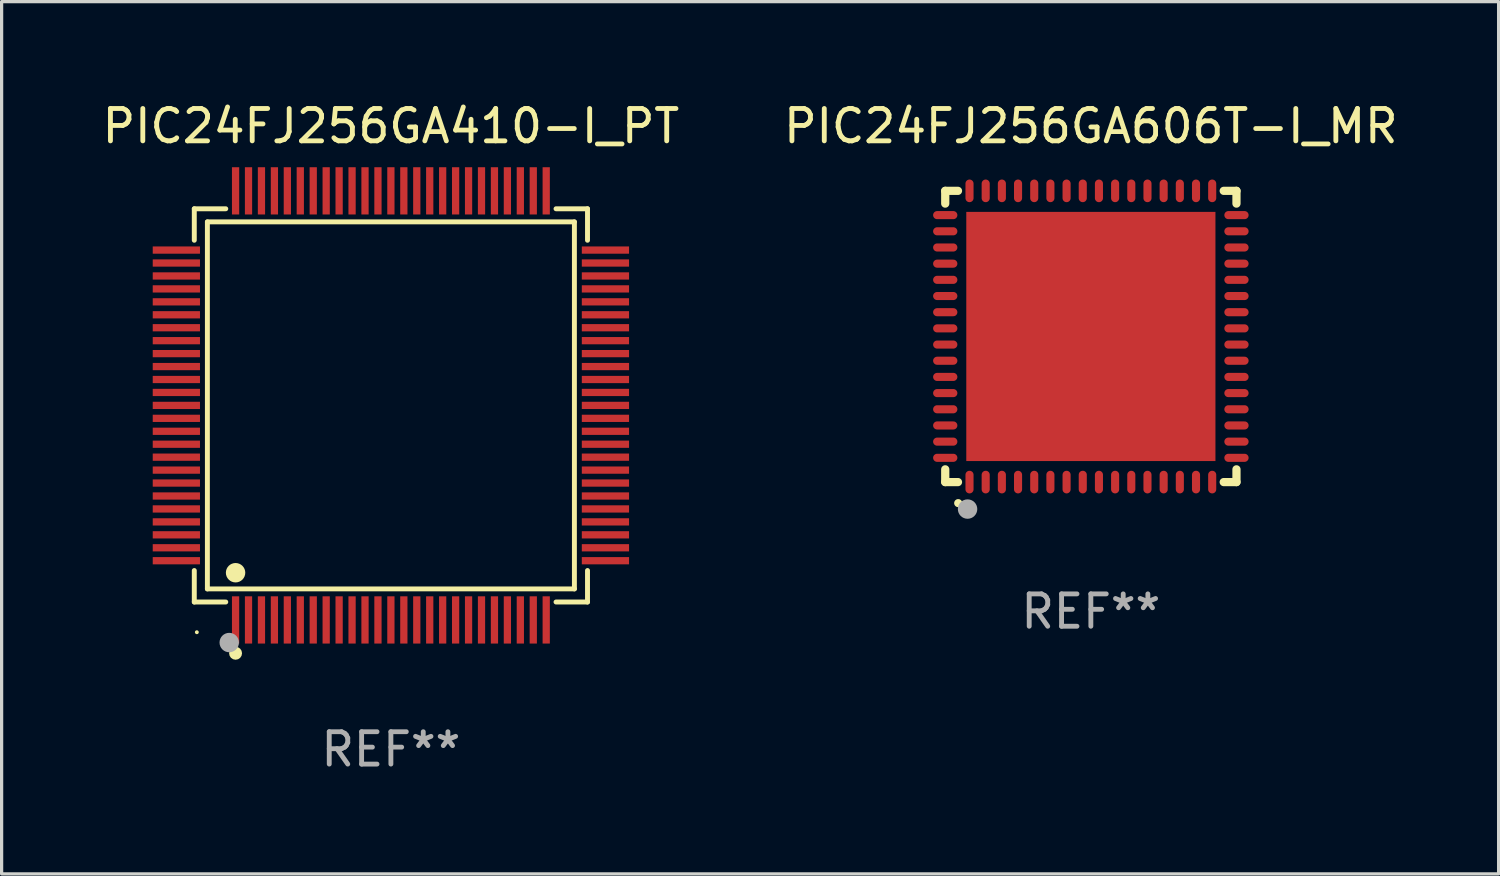
<source format=kicad_pcb>
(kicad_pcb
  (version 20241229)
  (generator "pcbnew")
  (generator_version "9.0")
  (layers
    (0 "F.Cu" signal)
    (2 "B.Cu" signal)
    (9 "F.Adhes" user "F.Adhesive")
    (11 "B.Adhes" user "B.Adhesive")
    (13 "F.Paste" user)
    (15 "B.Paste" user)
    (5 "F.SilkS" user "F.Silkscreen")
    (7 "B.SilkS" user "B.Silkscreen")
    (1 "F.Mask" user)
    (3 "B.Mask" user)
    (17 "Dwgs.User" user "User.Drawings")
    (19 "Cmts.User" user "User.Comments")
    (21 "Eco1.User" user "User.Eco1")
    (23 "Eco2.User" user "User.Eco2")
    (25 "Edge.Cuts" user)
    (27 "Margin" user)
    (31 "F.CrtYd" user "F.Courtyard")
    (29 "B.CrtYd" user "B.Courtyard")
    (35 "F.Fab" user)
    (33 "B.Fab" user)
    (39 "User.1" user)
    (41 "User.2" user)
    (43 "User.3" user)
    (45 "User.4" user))
  (footprint "PIC24FJ256GA606T-I_MR"
    (layer "F.Cu")
    (at 30.661 7.348)
    (property "Reference" "PIC24FJ256GA606T-I_MR" (at 0 -6.5 0) (layer "F.SilkS") (effects (font (size 1 1) (thickness 0.15))))
    (attr through_hole)
    (fp_line (start -4.5 -4.5) (end -4.106 -4.5) (stroke (width 0.254) (type solid)) (layer "F.SilkS"))
    (fp_line (start -4.5 -4.106) (end -4.5 -4.5) (stroke (width 0.254) (type solid)) (layer "F.SilkS"))
    (fp_line (start -4.5 4.5) (end -4.5 4.106) (stroke (width 0.254) (type solid)) (layer "F.SilkS"))
    (fp_line (start -4.106 4.5) (end -4.5 4.5) (stroke (width 0.254) (type solid)) (layer "F.SilkS"))
    (fp_line (start 4.106 -4.5) (end 4.5 -4.5) (stroke (width 0.254) (type solid)) (layer "F.SilkS"))
    (fp_line (start 4.5 -4.5) (end 4.5 -4.106) (stroke (width 0.254) (type solid)) (layer "F.SilkS"))
    (fp_line (start 4.5 4.106) (end 4.5 4.5) (stroke (width 0.254) (type solid)) (layer "F.SilkS"))
    (fp_line (start 4.5 4.5) (end 4.106 4.5) (stroke (width 0.254) (type solid)) (layer "F.SilkS"))
    (fp_arc (start -4.099987 5.149898) (mid -4.098717 5.149892) (end -4.097447 5.149898) (stroke (width 0.24892) (type solid)) (layer "F.SilkS"))
    (fp_circle (center -4.5 4.5) (end -4.47 4.5) (stroke (width 0.06) (type solid)) (fill no) (layer "F.SilkS"))
    (fp_circle (center -3.81 5.334) (end -3.66 5.334) (stroke (width 0.3) (type solid)) (fill no) (layer "F.Fab"))
    (fp_text user "REF**" (at 0 8.5 0) (layer "F.Fab") (effects (font (size 1 1) (thickness 0.15))))
    (pad "1" smd oval (at -3.75 4.5) (size 0.25 0.7) (layers "F.Cu" "F.Mask" "F.Paste"))
    (pad "2" smd oval (at -3.25 4.5) (size 0.25 0.7) (layers "F.Cu" "F.Mask" "F.Paste"))
    (pad "3" smd oval (at -2.75 4.5) (size 0.25 0.7) (layers "F.Cu" "F.Mask" "F.Paste"))
    (pad "4" smd oval (at -2.25 4.5) (size 0.25 0.7) (layers "F.Cu" "F.Mask" "F.Paste"))
    (pad "5" smd oval (at -1.75 4.5) (size 0.25 0.7) (layers "F.Cu" "F.Mask" "F.Paste"))
    (pad "6" smd oval (at -1.25 4.5) (size 0.25 0.7) (layers "F.Cu" "F.Mask" "F.Paste"))
    (pad "7" smd oval (at -0.75 4.5) (size 0.25 0.7) (layers "F.Cu" "F.Mask" "F.Paste"))
    (pad "8" smd oval (at -0.25 4.5) (size 0.25 0.7) (layers "F.Cu" "F.Mask" "F.Paste"))
    (pad "9" smd oval (at 0.25 4.5) (size 0.25 0.7) (layers "F.Cu" "F.Mask" "F.Paste"))
    (pad "10" smd oval (at 0.75 4.5) (size 0.25 0.7) (layers "F.Cu" "F.Mask" "F.Paste"))
    (pad "11" smd oval (at 1.25 4.5) (size 0.25 0.7) (layers "F.Cu" "F.Mask" "F.Paste"))
    (pad "12" smd oval (at 1.75 4.5) (size 0.25 0.7) (layers "F.Cu" "F.Mask" "F.Paste"))
    (pad "13" smd oval (at 2.25 4.5) (size 0.25 0.7) (layers "F.Cu" "F.Mask" "F.Paste"))
    (pad "14" smd oval (at 2.75 4.5) (size 0.25 0.7) (layers "F.Cu" "F.Mask" "F.Paste"))
    (pad "15" smd oval (at 3.25 4.5) (size 0.25 0.7) (layers "F.Cu" "F.Mask" "F.Paste"))
    (pad "16" smd oval (at 3.75 4.5) (size 0.25 0.7) (layers "F.Cu" "F.Mask" "F.Paste"))
    (pad "17" smd oval (at 4.5 3.75) (size 0.75 0.25) (layers "F.Cu" "F.Mask" "F.Paste"))
    (pad "18" smd oval (at 4.5 3.25) (size 0.75 0.25) (layers "F.Cu" "F.Mask" "F.Paste"))
    (pad "19" smd oval (at 4.5 2.75) (size 0.75 0.25) (layers "F.Cu" "F.Mask" "F.Paste"))
    (pad "20" smd oval (at 4.5 2.25) (size 0.75 0.25) (layers "F.Cu" "F.Mask" "F.Paste"))
    (pad "21" smd oval (at 4.5 1.75) (size 0.75 0.25) (layers "F.Cu" "F.Mask" "F.Paste"))
    (pad "22" smd oval (at 4.5 1.25) (size 0.75 0.25) (layers "F.Cu" "F.Mask" "F.Paste"))
    (pad "23" smd oval (at 4.5 0.75) (size 0.75 0.25) (layers "F.Cu" "F.Mask" "F.Paste"))
    (pad "24" smd oval (at 4.5 0.25) (size 0.75 0.25) (layers "F.Cu" "F.Mask" "F.Paste"))
    (pad "25" smd oval (at 4.5 -0.25) (size 0.75 0.25) (layers "F.Cu" "F.Mask" "F.Paste"))
    (pad "26" smd oval (at 4.5 -0.75) (size 0.75 0.25) (layers "F.Cu" "F.Mask" "F.Paste"))
    (pad "27" smd oval (at 4.5 -1.25) (size 0.75 0.25) (layers "F.Cu" "F.Mask" "F.Paste"))
    (pad "28" smd oval (at 4.5 -1.75) (size 0.75 0.25) (layers "F.Cu" "F.Mask" "F.Paste"))
    (pad "29" smd oval (at 4.5 -2.25) (size 0.75 0.25) (layers "F.Cu" "F.Mask" "F.Paste"))
    (pad "30" smd oval (at 4.5 -2.75) (size 0.75 0.25) (layers "F.Cu" "F.Mask" "F.Paste"))
    (pad "31" smd oval (at 4.5 -3.25) (size 0.75 0.25) (layers "F.Cu" "F.Mask" "F.Paste"))
    (pad "32" smd oval (at 4.5 -3.75) (size 0.75 0.25) (layers "F.Cu" "F.Mask" "F.Paste"))
    (pad "33" smd oval (at 3.75 -4.5) (size 0.25 0.7) (layers "F.Cu" "F.Mask" "F.Paste"))
    (pad "34" smd oval (at 3.25 -4.5) (size 0.25 0.7) (layers "F.Cu" "F.Mask" "F.Paste"))
    (pad "35" smd oval (at 2.75 -4.5) (size 0.25 0.7) (layers "F.Cu" "F.Mask" "F.Paste"))
    (pad "36" smd oval (at 2.25 -4.5) (size 0.25 0.7) (layers "F.Cu" "F.Mask" "F.Paste"))
    (pad "37" smd oval (at 1.75 -4.5) (size 0.25 0.7) (layers "F.Cu" "F.Mask" "F.Paste"))
    (pad "38" smd oval (at 1.25 -4.5) (size 0.25 0.7) (layers "F.Cu" "F.Mask" "F.Paste"))
    (pad "39" smd oval (at 0.75 -4.5) (size 0.25 0.7) (layers "F.Cu" "F.Mask" "F.Paste"))
    (pad "40" smd oval (at 0.25 -4.5) (size 0.25 0.7) (layers "F.Cu" "F.Mask" "F.Paste"))
    (pad "41" smd oval (at -0.25 -4.5) (size 0.25 0.7) (layers "F.Cu" "F.Mask" "F.Paste"))
    (pad "42" smd oval (at -0.75 -4.5) (size 0.25 0.7) (layers "F.Cu" "F.Mask" "F.Paste"))
    (pad "43" smd oval (at -1.25 -4.5) (size 0.25 0.7) (layers "F.Cu" "F.Mask" "F.Paste"))
    (pad "44" smd oval (at -1.75 -4.5) (size 0.25 0.7) (layers "F.Cu" "F.Mask" "F.Paste"))
    (pad "45" smd oval (at -2.25 -4.5) (size 0.25 0.7) (layers "F.Cu" "F.Mask" "F.Paste"))
    (pad "46" smd oval (at -2.75 -4.5) (size 0.25 0.7) (layers "F.Cu" "F.Mask" "F.Paste"))
    (pad "47" smd oval (at -3.25 -4.5) (size 0.25 0.7) (layers "F.Cu" "F.Mask" "F.Paste"))
    (pad "48" smd oval (at -3.75 -4.5) (size 0.25 0.7) (layers "F.Cu" "F.Mask" "F.Paste"))
    (pad "49" smd oval (at -4.5 -3.75) (size 0.75 0.25) (layers "F.Cu" "F.Mask" "F.Paste"))
    (pad "50" smd oval (at -4.5 -3.25) (size 0.75 0.25) (layers "F.Cu" "F.Mask" "F.Paste"))
    (pad "51" smd oval (at -4.5 -2.75) (size 0.75 0.25) (layers "F.Cu" "F.Mask" "F.Paste"))
    (pad "52" smd oval (at -4.5 -2.25) (size 0.75 0.25) (layers "F.Cu" "F.Mask" "F.Paste"))
    (pad "53" smd oval (at -4.5 -1.75) (size 0.75 0.25) (layers "F.Cu" "F.Mask" "F.Paste"))
    (pad "54" smd oval (at -4.5 -1.25) (size 0.75 0.25) (layers "F.Cu" "F.Mask" "F.Paste"))
    (pad "55" smd oval (at -4.5 -0.75) (size 0.75 0.25) (layers "F.Cu" "F.Mask" "F.Paste"))
    (pad "56" smd oval (at -4.5 -0.25) (size 0.75 0.25) (layers "F.Cu" "F.Mask" "F.Paste"))
    (pad "57" smd oval (at -4.5 0.25) (size 0.75 0.25) (layers "F.Cu" "F.Mask" "F.Paste"))
    (pad "58" smd oval (at -4.5 0.75) (size 0.75 0.25) (layers "F.Cu" "F.Mask" "F.Paste"))
    (pad "59" smd oval (at -4.5 1.25) (size 0.75 0.25) (layers "F.Cu" "F.Mask" "F.Paste"))
    (pad "60" smd oval (at -4.5 1.75) (size 0.75 0.25) (layers "F.Cu" "F.Mask" "F.Paste"))
    (pad "61" smd oval (at -4.5 2.25) (size 0.75 0.25) (layers "F.Cu" "F.Mask" "F.Paste"))
    (pad "62" smd oval (at -4.5 2.75) (size 0.75 0.25) (layers "F.Cu" "F.Mask" "F.Paste"))
    (pad "63" smd oval (at -4.5 3.25) (size 0.75 0.25) (layers "F.Cu" "F.Mask" "F.Paste"))
    (pad "64" smd oval (at -4.5 3.75) (size 0.75 0.25) (layers "F.Cu" "F.Mask" "F.Paste"))
    (pad "65" smd rect (at 0.000394 -0.000013) (size 7.7 7.7) (layers "F.Cu" "F.Mask" "F.Paste")))
  (footprint "PIC24FJ256GA410-I_PT"
    (layer "F.Cu")
    (at 9.03 9.478)
    (property "Reference" "PIC24FJ256GA410-I_PT" (at 0 -8.63 0) (layer "F.SilkS") (effects (font (size 1 1) (thickness 0.15))))
    (attr through_hole)
    (fp_line (start -6.076 -6.076) (end -5.103 -6.076) (stroke (width 0.152) (type solid)) (layer "F.SilkS"))
    (fp_line (start -6.076 -5.103) (end -6.076 -6.076) (stroke (width 0.152) (type solid)) (layer "F.SilkS"))
    (fp_line (start -6.076 5.103) (end -6.076 6.076) (stroke (width 0.152) (type solid)) (layer "F.SilkS"))
    (fp_line (start -6.076 6.076) (end -5.103 6.076) (stroke (width 0.152) (type solid)) (layer "F.SilkS"))
    (fp_line (start -5.671 -5.671) (end 5.671 -5.671) (stroke (width 0.152) (type solid)) (layer "F.SilkS"))
    (fp_line (start -5.671 5.671) (end -5.671 -5.671) (stroke (width 0.152) (type solid)) (layer "F.SilkS"))
    (fp_line (start 5.671 -5.671) (end 5.671 5.671) (stroke (width 0.152) (type solid)) (layer "F.SilkS"))
    (fp_line (start 5.671 5.671) (end -5.671 5.671) (stroke (width 0.152) (type solid)) (layer "F.SilkS"))
    (fp_line (start 6.076 -6.076) (end 5.103 -6.076) (stroke (width 0.152) (type solid)) (layer "F.SilkS"))
    (fp_line (start 6.076 -5.103) (end 6.076 -6.076) (stroke (width 0.152) (type solid)) (layer "F.SilkS"))
    (fp_line (start 6.076 5.103) (end 6.076 6.076) (stroke (width 0.152) (type solid)) (layer "F.SilkS"))
    (fp_line (start 6.076 6.076) (end 5.103 6.076) (stroke (width 0.152) (type solid)) (layer "F.SilkS"))
    (fp_circle (center -5.997 7.01) (end -5.967 7.01) (stroke (width 0.06) (type solid)) (fill no) (layer "F.SilkS"))
    (fp_circle (center -4.8 5.171) (end -4.65 5.171) (stroke (width 0.3) (type solid)) (fill no) (layer "F.SilkS"))
    (fp_circle (center -4.8 7.66) (end -4.7 7.66) (stroke (width 0.2) (type solid)) (fill no) (layer "F.SilkS"))
    (fp_circle (center -4.996 7.329) (end -4.846 7.329) (stroke (width 0.3) (type solid)) (fill no) (layer "F.Fab"))
    (fp_text user "REF**" (at 0 10.63 0) (layer "F.Fab") (effects (font (size 1 1) (thickness 0.15))))
    (pad "1" smd rect (at -4.8 6.63) (size 0.224 1.46) (layers "F.Cu" "F.Mask" "F.Paste"))
    (pad "2" smd rect (at -4.4 6.63) (size 0.224 1.46) (layers "F.Cu" "F.Mask" "F.Paste"))
    (pad "3" smd rect (at -4 6.63) (size 0.224 1.46) (layers "F.Cu" "F.Mask" "F.Paste"))
    (pad "4" smd rect (at -3.6 6.63) (size 0.224 1.46) (layers "F.Cu" "F.Mask" "F.Paste"))
    (pad "5" smd rect (at -3.2 6.63) (size 0.224 1.46) (layers "F.Cu" "F.Mask" "F.Paste"))
    (pad "6" smd rect (at -2.8 6.63) (size 0.224 1.46) (layers "F.Cu" "F.Mask" "F.Paste"))
    (pad "7" smd rect (at -2.4 6.63) (size 0.224 1.46) (layers "F.Cu" "F.Mask" "F.Paste"))
    (pad "8" smd rect (at -2 6.63) (size 0.224 1.46) (layers "F.Cu" "F.Mask" "F.Paste"))
    (pad "9" smd rect (at -1.6 6.63) (size 0.224 1.46) (layers "F.Cu" "F.Mask" "F.Paste"))
    (pad "10" smd rect (at -1.2 6.63) (size 0.224 1.46) (layers "F.Cu" "F.Mask" "F.Paste"))
    (pad "11" smd rect (at -0.8 6.63) (size 0.224 1.46) (layers "F.Cu" "F.Mask" "F.Paste"))
    (pad "12" smd rect (at -0.4 6.63) (size 0.224 1.46) (layers "F.Cu" "F.Mask" "F.Paste"))
    (pad "13" smd rect (at 0 6.63) (size 0.224 1.46) (layers "F.Cu" "F.Mask" "F.Paste"))
    (pad "14" smd rect (at 0.4 6.63) (size 0.224 1.46) (layers "F.Cu" "F.Mask" "F.Paste"))
    (pad "15" smd rect (at 0.8 6.63) (size 0.224 1.46) (layers "F.Cu" "F.Mask" "F.Paste"))
    (pad "16" smd rect (at 1.2 6.63) (size 0.224 1.46) (layers "F.Cu" "F.Mask" "F.Paste"))
    (pad "17" smd rect (at 1.6 6.63) (size 0.224 1.46) (layers "F.Cu" "F.Mask" "F.Paste"))
    (pad "18" smd rect (at 2 6.63) (size 0.224 1.46) (layers "F.Cu" "F.Mask" "F.Paste"))
    (pad "19" smd rect (at 2.4 6.63) (size 0.224 1.46) (layers "F.Cu" "F.Mask" "F.Paste"))
    (pad "20" smd rect (at 2.8 6.63) (size 0.224 1.46) (layers "F.Cu" "F.Mask" "F.Paste"))
    (pad "21" smd rect (at 3.2 6.63) (size 0.224 1.46) (layers "F.Cu" "F.Mask" "F.Paste"))
    (pad "22" smd rect (at 3.6 6.63) (size 0.224 1.46) (layers "F.Cu" "F.Mask" "F.Paste"))
    (pad "23" smd rect (at 4 6.63) (size 0.224 1.46) (layers "F.Cu" "F.Mask" "F.Paste"))
    (pad "24" smd rect (at 4.4 6.63) (size 0.224 1.46) (layers "F.Cu" "F.Mask" "F.Paste"))
    (pad "25" smd rect (at 4.8 6.63) (size 0.224 1.46) (layers "F.Cu" "F.Mask" "F.Paste"))
    (pad "26" smd rect (at 6.63 4.8) (size 1.46 0.224) (layers "F.Cu" "F.Mask" "F.Paste"))
    (pad "27" smd rect (at 6.63 4.4) (size 1.46 0.224) (layers "F.Cu" "F.Mask" "F.Paste"))
    (pad "28" smd rect (at 6.63 4) (size 1.46 0.224) (layers "F.Cu" "F.Mask" "F.Paste"))
    (pad "29" smd rect (at 6.63 3.6) (size 1.46 0.224) (layers "F.Cu" "F.Mask" "F.Paste"))
    (pad "30" smd rect (at 6.63 3.2) (size 1.46 0.224) (layers "F.Cu" "F.Mask" "F.Paste"))
    (pad "31" smd rect (at 6.63 2.8) (size 1.46 0.224) (layers "F.Cu" "F.Mask" "F.Paste"))
    (pad "32" smd rect (at 6.63 2.4) (size 1.46 0.224) (layers "F.Cu" "F.Mask" "F.Paste"))
    (pad "33" smd rect (at 6.63 2) (size 1.46 0.224) (layers "F.Cu" "F.Mask" "F.Paste"))
    (pad "34" smd rect (at 6.63 1.6) (size 1.46 0.224) (layers "F.Cu" "F.Mask" "F.Paste"))
    (pad "35" smd rect (at 6.63 1.2) (size 1.46 0.224) (layers "F.Cu" "F.Mask" "F.Paste"))
    (pad "36" smd rect (at 6.63 0.8) (size 1.46 0.224) (layers "F.Cu" "F.Mask" "F.Paste"))
    (pad "37" smd rect (at 6.63 0.4) (size 1.46 0.224) (layers "F.Cu" "F.Mask" "F.Paste"))
    (pad "38" smd rect (at 6.63 0) (size 1.46 0.224) (layers "F.Cu" "F.Mask" "F.Paste"))
    (pad "39" smd rect (at 6.63 -0.4) (size 1.46 0.224) (layers "F.Cu" "F.Mask" "F.Paste"))
    (pad "40" smd rect (at 6.63 -0.8) (size 1.46 0.224) (layers "F.Cu" "F.Mask" "F.Paste"))
    (pad "41" smd rect (at 6.63 -1.2) (size 1.46 0.224) (layers "F.Cu" "F.Mask" "F.Paste"))
    (pad "42" smd rect (at 6.63 -1.6) (size 1.46 0.224) (layers "F.Cu" "F.Mask" "F.Paste"))
    (pad "43" smd rect (at 6.63 -2) (size 1.46 0.224) (layers "F.Cu" "F.Mask" "F.Paste"))
    (pad "44" smd rect (at 6.63 -2.4) (size 1.46 0.224) (layers "F.Cu" "F.Mask" "F.Paste"))
    (pad "45" smd rect (at 6.63 -2.8) (size 1.46 0.224) (layers "F.Cu" "F.Mask" "F.Paste"))
    (pad "46" smd rect (at 6.63 -3.2) (size 1.46 0.224) (layers "F.Cu" "F.Mask" "F.Paste"))
    (pad "47" smd rect (at 6.63 -3.6) (size 1.46 0.224) (layers "F.Cu" "F.Mask" "F.Paste"))
    (pad "48" smd rect (at 6.63 -4) (size 1.46 0.224) (layers "F.Cu" "F.Mask" "F.Paste"))
    (pad "49" smd rect (at 6.63 -4.4) (size 1.46 0.224) (layers "F.Cu" "F.Mask" "F.Paste"))
    (pad "50" smd rect (at 6.63 -4.8) (size 1.46 0.224) (layers "F.Cu" "F.Mask" "F.Paste"))
    (pad "51" smd rect (at 4.8 -6.63) (size 0.224 1.46) (layers "F.Cu" "F.Mask" "F.Paste"))
    (pad "52" smd rect (at 4.4 -6.63) (size 0.224 1.46) (layers "F.Cu" "F.Mask" "F.Paste"))
    (pad "53" smd rect (at 4 -6.63) (size 0.224 1.46) (layers "F.Cu" "F.Mask" "F.Paste"))
    (pad "54" smd rect (at 3.6 -6.63) (size 0.224 1.46) (layers "F.Cu" "F.Mask" "F.Paste"))
    (pad "55" smd rect (at 3.2 -6.63) (size 0.224 1.46) (layers "F.Cu" "F.Mask" "F.Paste"))
    (pad "56" smd rect (at 2.8 -6.63) (size 0.224 1.46) (layers "F.Cu" "F.Mask" "F.Paste"))
    (pad "57" smd rect (at 2.4 -6.63) (size 0.224 1.46) (layers "F.Cu" "F.Mask" "F.Paste"))
    (pad "58" smd rect (at 2 -6.63) (size 0.224 1.46) (layers "F.Cu" "F.Mask" "F.Paste"))
    (pad "59" smd rect (at 1.6 -6.63) (size 0.224 1.46) (layers "F.Cu" "F.Mask" "F.Paste"))
    (pad "60" smd rect (at 1.2 -6.63) (size 0.224 1.46) (layers "F.Cu" "F.Mask" "F.Paste"))
    (pad "61" smd rect (at 0.8 -6.63) (size 0.224 1.46) (layers "F.Cu" "F.Mask" "F.Paste"))
    (pad "62" smd rect (at 0.4 -6.63) (size 0.224 1.46) (layers "F.Cu" "F.Mask" "F.Paste"))
    (pad "63" smd rect (at 0 -6.63) (size 0.224 1.46) (layers "F.Cu" "F.Mask" "F.Paste"))
    (pad "64" smd rect (at -0.4 -6.63) (size 0.224 1.46) (layers "F.Cu" "F.Mask" "F.Paste"))
    (pad "65" smd rect (at -0.8 -6.63) (size 0.224 1.46) (layers "F.Cu" "F.Mask" "F.Paste"))
    (pad "66" smd rect (at -1.2 -6.63) (size 0.224 1.46) (layers "F.Cu" "F.Mask" "F.Paste"))
    (pad "67" smd rect (at -1.6 -6.63) (size 0.224 1.46) (layers "F.Cu" "F.Mask" "F.Paste"))
    (pad "68" smd rect (at -2 -6.63) (size 0.224 1.46) (layers "F.Cu" "F.Mask" "F.Paste"))
    (pad "69" smd rect (at -2.4 -6.63) (size 0.224 1.46) (layers "F.Cu" "F.Mask" "F.Paste"))
    (pad "70" smd rect (at -2.8 -6.63) (size 0.224 1.46) (layers "F.Cu" "F.Mask" "F.Paste"))
    (pad "71" smd rect (at -3.2 -6.63) (size 0.224 1.46) (layers "F.Cu" "F.Mask" "F.Paste"))
    (pad "72" smd rect (at -3.6 -6.63) (size 0.224 1.46) (layers "F.Cu" "F.Mask" "F.Paste"))
    (pad "73" smd rect (at -4 -6.63) (size 0.224 1.46) (layers "F.Cu" "F.Mask" "F.Paste"))
    (pad "74" smd rect (at -4.4 -6.63) (size 0.224 1.46) (layers "F.Cu" "F.Mask" "F.Paste"))
    (pad "75" smd rect (at -4.8 -6.63) (size 0.224 1.46) (layers "F.Cu" "F.Mask" "F.Paste"))
    (pad "76" smd rect (at -6.63 -4.8) (size 1.46 0.224) (layers "F.Cu" "F.Mask" "F.Paste"))
    (pad "77" smd rect (at -6.63 -4.4) (size 1.46 0.224) (layers "F.Cu" "F.Mask" "F.Paste"))
    (pad "78" smd rect (at -6.63 -4) (size 1.46 0.224) (layers "F.Cu" "F.Mask" "F.Paste"))
    (pad "79" smd rect (at -6.63 -3.6) (size 1.46 0.224) (layers "F.Cu" "F.Mask" "F.Paste"))
    (pad "80" smd rect (at -6.63 -3.2) (size 1.46 0.224) (layers "F.Cu" "F.Mask" "F.Paste"))
    (pad "81" smd rect (at -6.63 -2.8) (size 1.46 0.224) (layers "F.Cu" "F.Mask" "F.Paste"))
    (pad "82" smd rect (at -6.63 -2.4) (size 1.46 0.224) (layers "F.Cu" "F.Mask" "F.Paste"))
    (pad "83" smd rect (at -6.63 -2) (size 1.46 0.224) (layers "F.Cu" "F.Mask" "F.Paste"))
    (pad "84" smd rect (at -6.63 -1.6) (size 1.46 0.224) (layers "F.Cu" "F.Mask" "F.Paste"))
    (pad "85" smd rect (at -6.63 -1.2) (size 1.46 0.224) (layers "F.Cu" "F.Mask" "F.Paste"))
    (pad "86" smd rect (at -6.63 -0.8) (size 1.46 0.224) (layers "F.Cu" "F.Mask" "F.Paste"))
    (pad "87" smd rect (at -6.63 -0.4) (size 1.46 0.224) (layers "F.Cu" "F.Mask" "F.Paste"))
    (pad "88" smd rect (at -6.63 0) (size 1.46 0.224) (layers "F.Cu" "F.Mask" "F.Paste"))
    (pad "89" smd rect (at -6.63 0.4) (size 1.46 0.224) (layers "F.Cu" "F.Mask" "F.Paste"))
    (pad "90" smd rect (at -6.63 0.8) (size 1.46 0.224) (layers "F.Cu" "F.Mask" "F.Paste"))
    (pad "91" smd rect (at -6.63 1.2) (size 1.46 0.224) (layers "F.Cu" "F.Mask" "F.Paste"))
    (pad "92" smd rect (at -6.63 1.6) (size 1.46 0.224) (layers "F.Cu" "F.Mask" "F.Paste"))
    (pad "93" smd rect (at -6.63 2) (size 1.46 0.224) (layers "F.Cu" "F.Mask" "F.Paste"))
    (pad "94" smd rect (at -6.63 2.4) (size 1.46 0.224) (layers "F.Cu" "F.Mask" "F.Paste"))
    (pad "95" smd rect (at -6.63 2.8) (size 1.46 0.224) (layers "F.Cu" "F.Mask" "F.Paste"))
    (pad "96" smd rect (at -6.63 3.2) (size 1.46 0.224) (layers "F.Cu" "F.Mask" "F.Paste"))
    (pad "97" smd rect (at -6.63 3.6) (size 1.46 0.224) (layers "F.Cu" "F.Mask" "F.Paste"))
    (pad "98" smd rect (at -6.63 4) (size 1.46 0.224) (layers "F.Cu" "F.Mask" "F.Paste"))
    (pad "99" smd rect (at -6.63 4.4) (size 1.46 0.224) (layers "F.Cu" "F.Mask" "F.Paste"))
    (pad "100" smd rect (at -6.63 4.8) (size 1.46 0.224) (layers "F.Cu" "F.Mask" "F.Paste")))
  (gr_rect
    (start -3 -3)
    (end 43.262 23.956)
    (stroke (width 0.1) (type default))
    (fill no)
    (layer "Edge.Cuts")))
</source>
